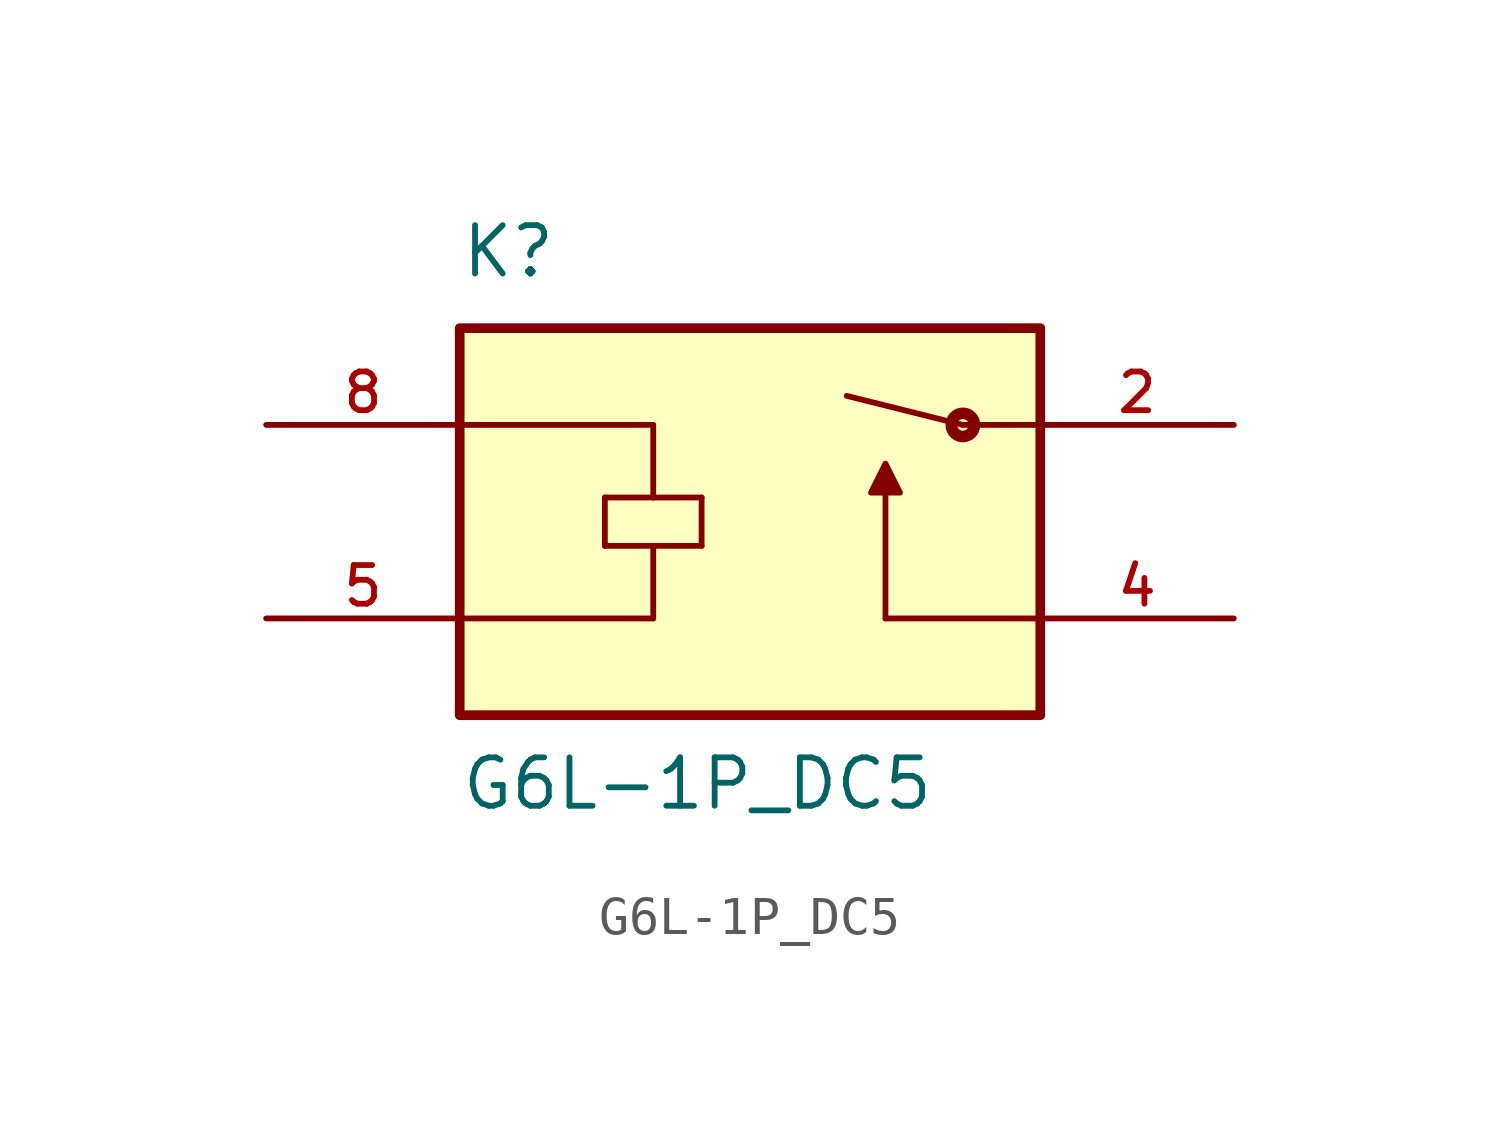
<source format=kicad_sym>
(kicad_symbol_lib
  (version 20211014)
  (generator kicad_symbol_editor)
  (symbol "G6L-1P_DC5"
    (pin_names
      (offset 1.016))
    (property "Reference" "K"
      (at -7.62 6.35 0)
      (effects (font (size 1.27 1.27)) (justify bottom left)))
    (property "Value" "G6L-1P_DC5"
      (at -7.62 -7.62 0)
      (effects (font (size 1.27 1.27)) (justify bottom left)))
    (symbol "G6L-1P_DC5_0_0"
      (polyline (pts (xy 7.62 2.54) (xy 5.588 2.54)) (stroke (width 0.152)))
      (polyline (pts (xy 7.62 -2.54) (xy 3.556 -2.54)) (stroke (width 0.152)))
      (polyline (pts (xy 3.556 -2.54) (xy 3.556 0.762)) (stroke (width 0.152)))
      (polyline (pts (xy 3.175 0.762) (xy 3.937 0.762) (xy 3.556 1.524) (xy 3.175 0.762)) (stroke (width 0.152)) (fill (type outline)))
      (circle (center 5.588 2.54) (radius 0.152) (stroke (width 0.305)) (fill (type none)))
      (polyline (pts (xy -7.62 2.54) (xy -2.54 2.54)) (stroke (width 0.152)))
      (polyline (pts (xy -3.81 0.635) (xy -2.54 0.635)) (stroke (width 0.152)))
      (polyline (pts (xy -2.54 0.635) (xy -1.27 0.635)) (stroke (width 0.152)))
      (polyline (pts (xy -1.27 0.635) (xy -1.27 -0.635)) (stroke (width 0.152)))
      (polyline (pts (xy -1.27 -0.635) (xy -2.54 -0.635)) (stroke (width 0.152)))
      (polyline (pts (xy -2.54 -0.635) (xy -3.81 -0.635)) (stroke (width 0.152)))
      (polyline (pts (xy -3.81 -0.635) (xy -3.81 0.635)) (stroke (width 0.152)))
      (polyline (pts (xy -7.62 -2.54) (xy -2.54 -2.54)) (stroke (width 0.152)))
      (polyline (pts (xy -2.54 2.54) (xy -2.54 0.635)) (stroke (width 0.152)))
      (polyline (pts (xy -2.54 -0.635) (xy -2.54 -2.54)) (stroke (width 0.152)))
      (polyline (pts (xy 5.588 2.54) (xy 2.54 3.302)) (stroke (width 0.152)))
      (rectangle (start -7.62 -5.08) (end 7.62 5.08) (stroke (width 0.254)) (fill (type background)))
      (pin passive line (at 12.7 2.54 180.0) (length 5.08) (name "~" (effects (font (size 1.016 1.016)))) (number "2" (effects (font (size 1.016 1.016)))))
      (pin passive line (at 12.7 -2.54 180.0) (length 5.08) (name "~" (effects (font (size 1.016 1.016)))) (number "4" (effects (font (size 1.016 1.016)))))
      (pin passive line (at -12.7 -2.54 0) (length 5.08) (name "~" (effects (font (size 1.016 1.016)))) (number "5" (effects (font (size 1.016 1.016)))))
      (pin passive line (at -12.7 2.54 0) (length 5.08) (name "~" (effects (font (size 1.016 1.016)))) (number "8" (effects (font (size 1.016 1.016))))))))
</source>
